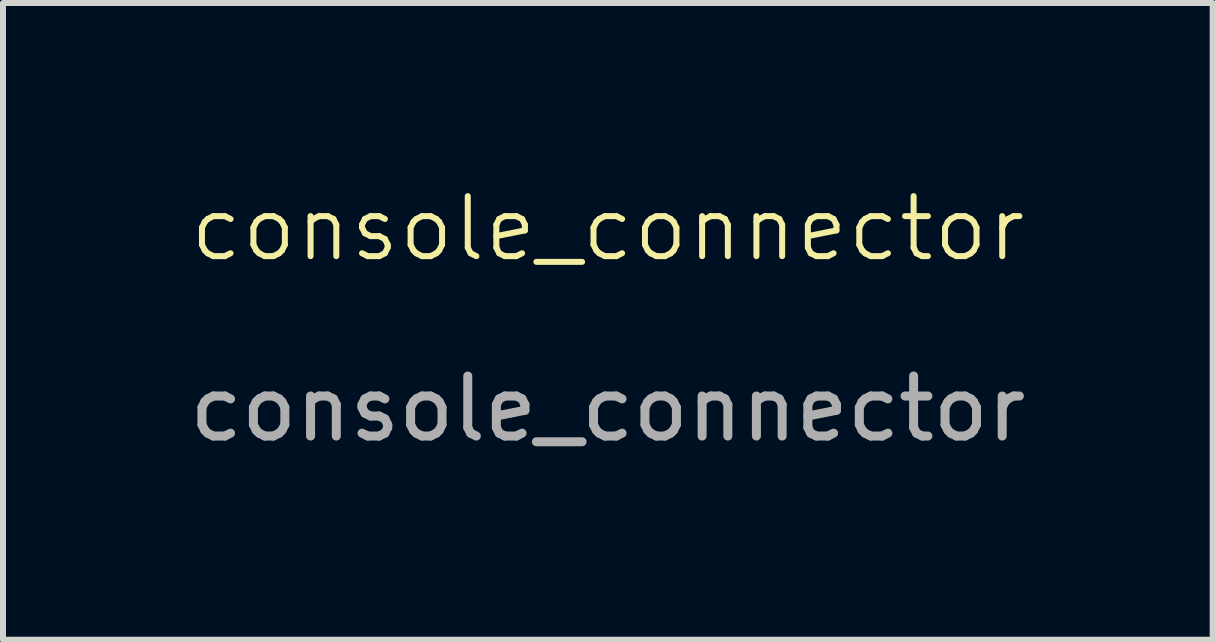
<source format=kicad_pcb>
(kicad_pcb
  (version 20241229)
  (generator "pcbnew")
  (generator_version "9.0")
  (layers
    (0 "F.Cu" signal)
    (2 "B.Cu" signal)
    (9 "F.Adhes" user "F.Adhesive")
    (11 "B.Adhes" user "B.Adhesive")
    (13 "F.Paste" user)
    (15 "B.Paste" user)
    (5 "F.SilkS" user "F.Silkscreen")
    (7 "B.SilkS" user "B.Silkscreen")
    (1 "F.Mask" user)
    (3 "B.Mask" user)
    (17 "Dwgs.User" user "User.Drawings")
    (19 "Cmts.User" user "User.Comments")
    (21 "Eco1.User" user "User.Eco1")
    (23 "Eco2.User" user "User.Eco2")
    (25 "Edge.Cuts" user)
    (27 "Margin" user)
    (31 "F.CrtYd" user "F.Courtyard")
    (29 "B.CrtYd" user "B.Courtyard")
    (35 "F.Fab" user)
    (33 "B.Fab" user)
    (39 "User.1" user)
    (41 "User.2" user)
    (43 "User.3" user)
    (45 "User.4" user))
  (footprint "console_connector"
    (layer "F.Cu")
    (at 7.077 1.26)
    (property "Reference" "console_connector" (at 0 -0.5 0) (unlocked yes) (layer "F.SilkS") (effects (font (size 1 1) (thickness 0.1))))
    (attr smd)
    (fp_text user "${REFERENCE}" (at 0 2.5 0) (unlocked yes) (layer "F.Fab") (effects (font (size 1 1) (thickness 0.15)))))
  (gr_rect
    (start -3 -3)
    (end 17.155 7.609)
    (stroke (width 0.1) (type default))
    (fill no)
    (layer "Edge.Cuts")))
</source>
